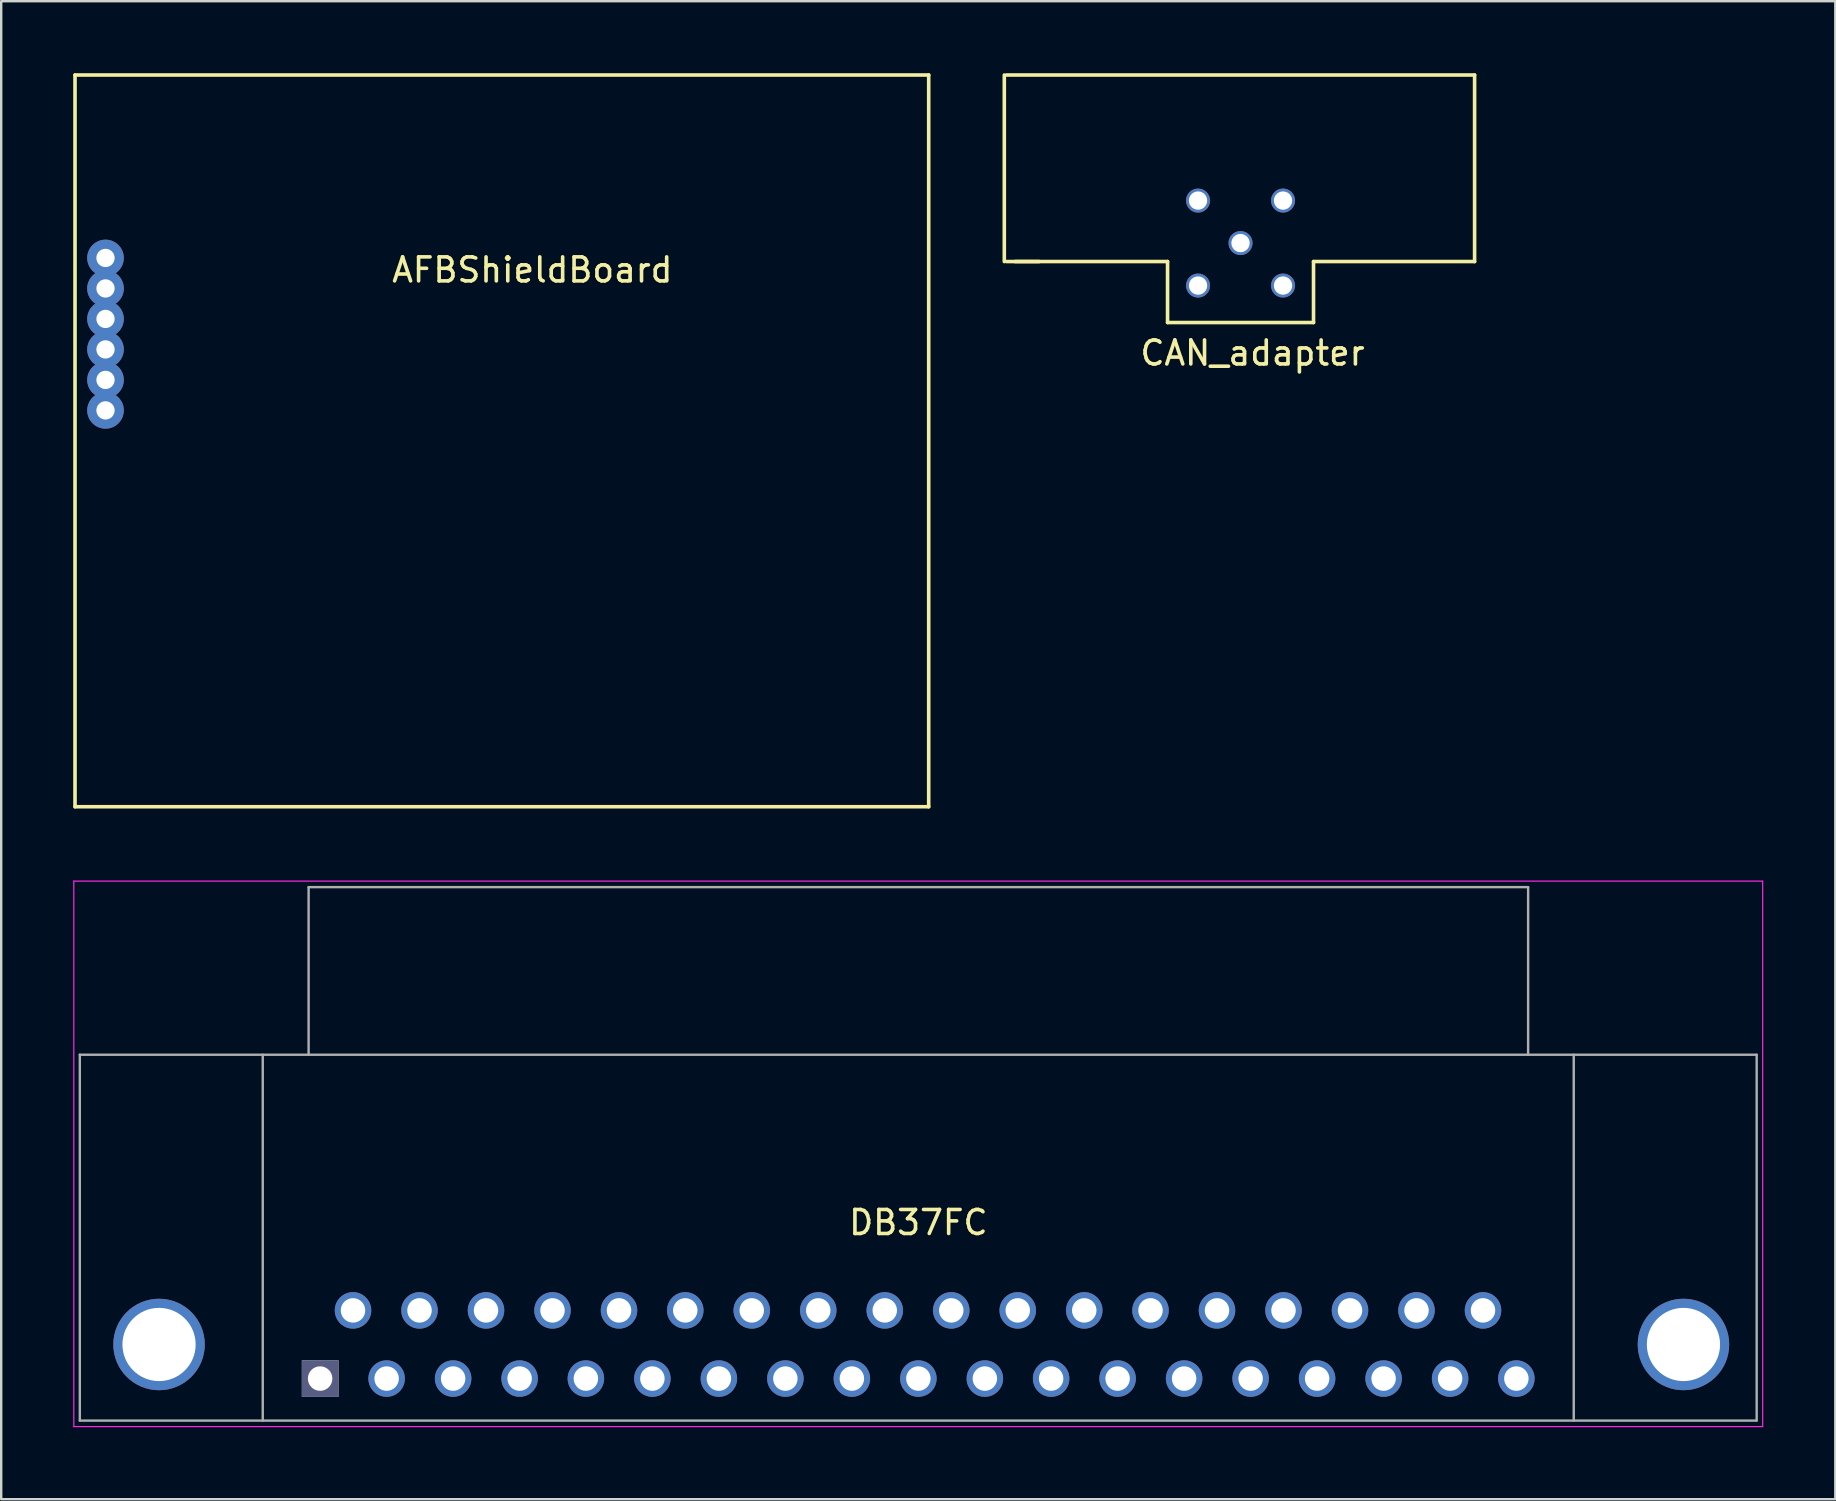
<source format=kicad_pcb>
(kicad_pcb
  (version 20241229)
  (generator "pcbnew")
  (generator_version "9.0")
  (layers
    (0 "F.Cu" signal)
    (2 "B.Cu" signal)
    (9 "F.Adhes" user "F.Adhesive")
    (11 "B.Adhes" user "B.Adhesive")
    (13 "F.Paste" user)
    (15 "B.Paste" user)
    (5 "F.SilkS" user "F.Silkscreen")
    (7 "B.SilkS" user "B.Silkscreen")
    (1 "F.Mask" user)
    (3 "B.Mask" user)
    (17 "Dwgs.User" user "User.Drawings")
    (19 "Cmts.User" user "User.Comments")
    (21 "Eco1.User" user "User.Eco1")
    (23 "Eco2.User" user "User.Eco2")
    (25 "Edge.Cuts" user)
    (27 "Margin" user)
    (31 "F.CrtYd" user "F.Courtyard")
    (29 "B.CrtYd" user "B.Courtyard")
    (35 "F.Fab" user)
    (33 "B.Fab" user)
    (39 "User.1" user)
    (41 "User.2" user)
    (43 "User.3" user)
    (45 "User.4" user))
  (footprint "DB37FC"
    (layer "F.Cu")
    (at 10.285 54.375)
    (property "Reference" "DB37FC" (at 24.92 -6.5 180) (layer "F.SilkS") (effects (font (size 1 1) (thickness 0.15))))
    (attr through_hole)
    (fp_line (start -10.26 -20.72) (end -10.26 2) (stroke (width 0.05) (type solid)) (layer "F.CrtYd"))
    (fp_line (start -10.26 -20.72) (end 60.09 -20.72) (stroke (width 0.05) (type solid)) (layer "F.CrtYd"))
    (fp_line (start 60.09 2) (end -10.26 2) (stroke (width 0.05) (type solid)) (layer "F.CrtYd"))
    (fp_line (start 60.09 2) (end 60.09 -20.72) (stroke (width 0.05) (type solid)) (layer "F.CrtYd"))
    (fp_line (start -10.01 -13.49) (end 59.84 -13.49) (stroke (width 0.1) (type solid)) (layer "F.Fab"))
    (fp_line (start -10.01 1.75) (end -10.01 -13.49) (stroke (width 0.1) (type solid)) (layer "F.Fab"))
    (fp_line (start -2.39 -13.49) (end -2.39 1.75) (stroke (width 0.1) (type solid)) (layer "F.Fab"))
    (fp_line (start -0.48 -20.47) (end -0.48 -13.49) (stroke (width 0.1) (type solid)) (layer "F.Fab"))
    (fp_line (start 50.32 -20.47) (end -0.48 -20.47) (stroke (width 0.1) (type solid)) (layer "F.Fab"))
    (fp_line (start 50.32 -13.49) (end 50.32 -20.47) (stroke (width 0.1) (type solid)) (layer "F.Fab"))
    (fp_line (start 52.22 -13.49) (end 52.22 1.75) (stroke (width 0.1) (type solid)) (layer "F.Fab"))
    (fp_line (start 59.84 -13.49) (end 59.84 1.75) (stroke (width 0.1) (type solid)) (layer "F.Fab"))
    (fp_line (start 59.84 1.75) (end -10.01 1.75) (stroke (width 0.1) (type solid)) (layer "F.Fab"))
    (pad "0" thru_hole circle (at -6.71 -1.42 180) (size 3.81 3.81) (drill 3.05) (layers "*.Cu" "*.Mask"))
    (pad "0" thru_hole circle (at 56.79 -1.42 180) (size 3.81 3.81) (drill 3.05) (layers "*.Cu" "*.Mask"))
    (pad "1" thru_hole rect (at 0 0 180) (size 1.52 1.52) (drill 1.02) (layers "*.Cu" "*.Mask" "*.Fab"))
    (pad "2" thru_hole circle (at 2.77 0 180) (size 1.52 1.52) (drill 1.02) (layers "*.Cu" "*.Mask"))
    (pad "3" thru_hole circle (at 5.54 0 180) (size 1.52 1.52) (drill 1.02) (layers "*.Cu" "*.Mask"))
    (pad "4" thru_hole circle (at 8.31 0 180) (size 1.52 1.52) (drill 1.02) (layers "*.Cu" "*.Mask"))
    (pad "5" thru_hole circle (at 11.07 0 180) (size 1.52 1.52) (drill 1.02) (layers "*.Cu" "*.Mask"))
    (pad "6" thru_hole circle (at 13.84 0 180) (size 1.52 1.52) (drill 1.02) (layers "*.Cu" "*.Mask"))
    (pad "7" thru_hole circle (at 16.61 0 180) (size 1.52 1.52) (drill 1.02) (layers "*.Cu" "*.Mask"))
    (pad "8" thru_hole circle (at 19.38 0 180) (size 1.52 1.52) (drill 1.02) (layers "*.Cu" "*.Mask"))
    (pad "9" thru_hole circle (at 22.15 0 180) (size 1.52 1.52) (drill 1.02) (layers "*.Cu" "*.Mask"))
    (pad "10" thru_hole circle (at 24.92 0 180) (size 1.52 1.52) (drill 1.02) (layers "*.Cu" "*.Mask"))
    (pad "11" thru_hole circle (at 27.69 0 180) (size 1.52 1.52) (drill 1.02) (layers "*.Cu" "*.Mask"))
    (pad "12" thru_hole circle (at 30.45 0 180) (size 1.52 1.52) (drill 1.02) (layers "*.Cu" "*.Mask"))
    (pad "13" thru_hole circle (at 33.22 0 180) (size 1.52 1.52) (drill 1.02) (layers "*.Cu" "*.Mask"))
    (pad "14" thru_hole circle (at 35.99 0 180) (size 1.52 1.52) (drill 1.02) (layers "*.Cu" "*.Mask"))
    (pad "15" thru_hole circle (at 38.76 0 180) (size 1.52 1.52) (drill 1.02) (layers "*.Cu" "*.Mask"))
    (pad "16" thru_hole circle (at 41.53 0 180) (size 1.52 1.52) (drill 1.02) (layers "*.Cu" "*.Mask"))
    (pad "17" thru_hole circle (at 44.3 0 180) (size 1.52 1.52) (drill 1.02) (layers "*.Cu" "*.Mask"))
    (pad "18" thru_hole circle (at 47.07 0 180) (size 1.52 1.52) (drill 1.02) (layers "*.Cu" "*.Mask"))
    (pad "19" thru_hole circle (at 49.83 0 180) (size 1.52 1.52) (drill 1.02) (layers "*.Cu" "*.Mask"))
    (pad "20" thru_hole circle (at 1.37 -2.84 180) (size 1.52 1.52) (drill 1.02) (layers "*.Cu" "*.Mask"))
    (pad "21" thru_hole circle (at 4.14 -2.84 180) (size 1.52 1.52) (drill 1.02) (layers "*.Cu" "*.Mask"))
    (pad "22" thru_hole circle (at 6.91 -2.84 180) (size 1.52 1.52) (drill 1.02) (layers "*.Cu" "*.Mask"))
    (pad "23" thru_hole circle (at 9.68 -2.84 180) (size 1.52 1.52) (drill 1.02) (layers "*.Cu" "*.Mask"))
    (pad "24" thru_hole circle (at 12.45 -2.84 180) (size 1.52 1.52) (drill 1.02) (layers "*.Cu" "*.Mask"))
    (pad "25" thru_hole circle (at 15.21 -2.84 180) (size 1.52 1.52) (drill 1.02) (layers "*.Cu" "*.Mask"))
    (pad "26" thru_hole circle (at 17.98 -2.84 180) (size 1.52 1.52) (drill 1.02) (layers "*.Cu" "*.Mask"))
    (pad "27" thru_hole circle (at 20.75 -2.84 180) (size 1.52 1.52) (drill 1.02) (layers "*.Cu" "*.Mask"))
    (pad "28" thru_hole circle (at 23.52 -2.84 180) (size 1.52 1.52) (drill 1.02) (layers "*.Cu" "*.Mask"))
    (pad "29" thru_hole circle (at 26.29 -2.84 180) (size 1.52 1.52) (drill 1.02) (layers "*.Cu" "*.Mask"))
    (pad "30" thru_hole circle (at 29.06 -2.84 180) (size 1.52 1.52) (drill 1.02) (layers "*.Cu" "*.Mask"))
    (pad "31" thru_hole circle (at 31.83 -2.84 180) (size 1.52 1.52) (drill 1.02) (layers "*.Cu" "*.Mask"))
    (pad "32" thru_hole circle (at 34.59 -2.84 180) (size 1.52 1.52) (drill 1.02) (layers "*.Cu" "*.Mask"))
    (pad "33" thru_hole circle (at 37.36 -2.84 180) (size 1.52 1.52) (drill 1.02) (layers "*.Cu" "*.Mask"))
    (pad "34" thru_hole circle (at 40.13 -2.84 180) (size 1.52 1.52) (drill 1.02) (layers "*.Cu" "*.Mask"))
    (pad "35" thru_hole circle (at 42.9 -2.84 180) (size 1.52 1.52) (drill 1.02) (layers "*.Cu" "*.Mask"))
    (pad "36" thru_hole circle (at 45.67 -2.84 180) (size 1.52 1.52) (drill 1.02) (layers "*.Cu" "*.Mask"))
    (pad "37" thru_hole circle (at 48.44 -2.84 180) (size 1.52 1.52) (drill 1.02) (layers "*.Cu" "*.Mask")))
  (footprint "AFBShieldBoard"
    (layer "F.Cu")
    (at 19.125 7.695)
    (property "Reference" "AFBShieldBoard" (at 0 0.5 0) (layer "F.SilkS") (effects (font (size 1 1) (thickness 0.15))))
    (attr through_hole)
    (fp_line (start -19.05 -7.62) (end -19.05 22.86) (stroke (width 0.15) (type solid)) (layer "F.SilkS"))
    (fp_line (start -19.05 22.86) (end 16.51 22.86) (stroke (width 0.15) (type solid)) (layer "F.SilkS"))
    (fp_line (start 16.51 -7.62) (end -19.05 -7.62) (stroke (width 0.15) (type solid)) (layer "F.SilkS"))
    (fp_line (start 16.51 22.86) (end 16.51 -7.62) (stroke (width 0.15) (type solid)) (layer "F.SilkS"))
    (pad "1" thru_hole circle (at -17.78 0) (size 1.524 1.524) (drill 0.762) (layers "*.Cu" "*.Mask"))
    (pad "2" thru_hole circle (at -17.78 1.27) (size 1.524 1.524) (drill 0.762) (layers "*.Cu" "*.Mask"))
    (pad "3" thru_hole circle (at -17.78 2.54) (size 1.524 1.524) (drill 0.762) (layers "*.Cu" "*.Mask"))
    (pad "4" thru_hole circle (at -17.78 3.81) (size 1.524 1.524) (drill 0.762) (layers "*.Cu" "*.Mask"))
    (pad "5" thru_hole circle (at -17.78 5.08) (size 1.524 1.524) (drill 0.762) (layers "*.Cu" "*.Mask"))
    (pad "6" thru_hole circle (at -17.78 6.35) (size 1.524 1.524) (drill 0.762) (layers "*.Cu" "*.Mask")))
  (footprint "CAN_adapter"
    (layer "F.Cu")
    (at 49.125 6.575)
    (property "Reference" "CAN_adapter" (at 0 5.08 0) (layer "F.SilkS") (effects (font (size 1 1) (thickness 0.15))))
    (attr through_hole)
    (fp_line (start -10.34 -6.5) (end -10.34 1.27) (stroke (width 0.15) (type solid)) (layer "F.SilkS"))
    (fp_line (start -10.25 -6.5) (end 9.25 -6.5) (stroke (width 0.15) (type solid)) (layer "F.SilkS"))
    (fp_line (start -10.25 1.27) (end -8.89 1.27) (stroke (width 0.15) (type solid)) (layer "F.SilkS"))
    (fp_line (start -9.89 1.27) (end -3.54 1.27) (stroke (width 0.15) (type solid)) (layer "F.SilkS"))
    (fp_line (start -3.54 1.27) (end -3.54 3.81) (stroke (width 0.15) (type solid)) (layer "F.SilkS"))
    (fp_line (start -3.54 3.81) (end 2.54 3.81) (stroke (width 0.15) (type solid)) (layer "F.SilkS"))
    (fp_line (start 2.54 1.27) (end 9.25 1.27) (stroke (width 0.15) (type solid)) (layer "F.SilkS"))
    (fp_line (start 2.54 3.81) (end 2.54 1.27) (stroke (width 0.15) (type solid)) (layer "F.SilkS"))
    (fp_line (start 9.25 1.27) (end 9.25 -6.5) (stroke (width 0.15) (type solid)) (layer "F.SilkS"))
    (pad "1" thru_hole circle (at 1.27 -1.27) (size 1 1) (drill 0.762) (layers "*.Cu" "*.Mask"))
    (pad "2" thru_hole circle (at -2.27 -1.27) (size 1 1) (drill 0.762) (layers "*.Cu" "*.Mask"))
    (pad "3" thru_hole circle (at 1.27 2.27) (size 1 1) (drill 0.762) (layers "*.Cu" "*.Mask"))
    (pad "4" thru_hole circle (at -2.27 2.27) (size 1 1) (drill 0.762) (layers "*.Cu" "*.Mask"))
    (pad "5" thru_hole circle (at -0.5 0.5) (size 1 1) (drill 0.762) (layers "*.Cu" "*.Mask")))
  (gr_rect
    (start -3 -3)
    (end 73.4 59.4)
    (stroke (width 0.1) (type default))
    (fill no)
    (layer "Edge.Cuts")))
</source>
